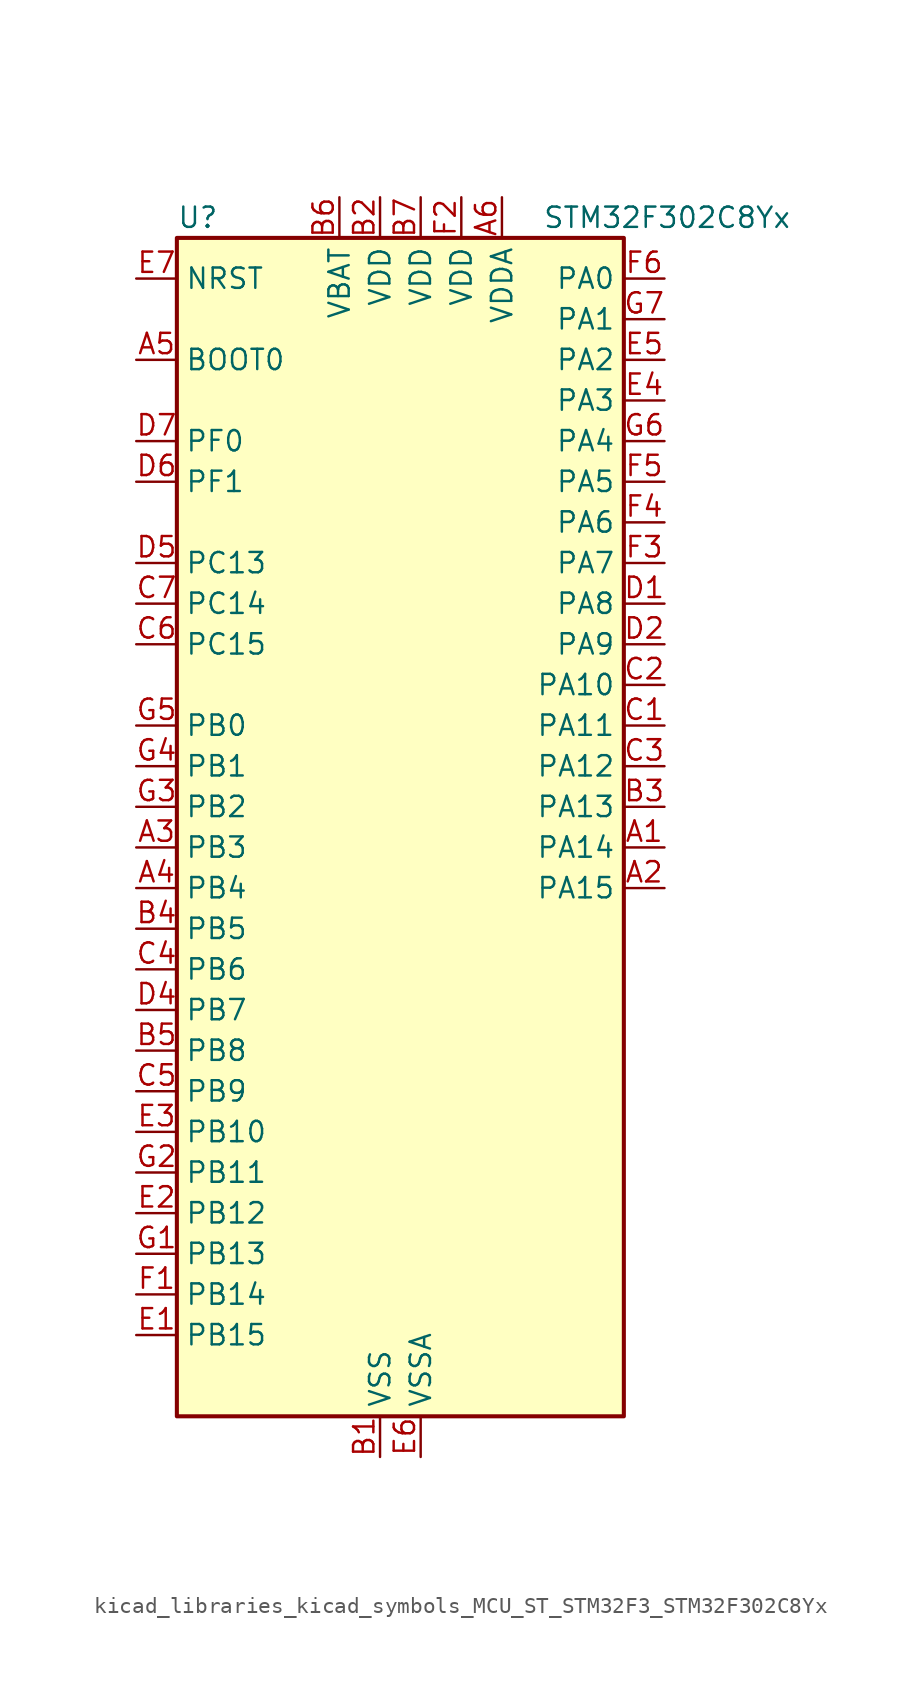
<source format=kicad_sym>
(kicad_symbol_lib
  (version 20220914)
  (generator kicad_symbol_editor)
  (symbol "kicad_libraries_kicad_symbols_MCU_ST_STM32F3_STM32F302C8Yx"
    (property "Reference" "U"
      (at -12.7 39.37 0)
      (effects (font (size 1.27 1.27)) (justify left)))
    (property "Value" "STM32F302C8Yx"
      (at 10.16 39.37 0)
      (effects (font (size 1.27 1.27)) (justify left)))
    (property "ki_locked" ""
      (at 0 0 0)
      (effects (font (size 1.27 1.27))))
    (symbol "kicad_libraries_kicad_symbols_MCU_ST_STM32F3_STM32F302C8Yx_0_1"
      (rectangle (start -12.7 -35.56) (end 15.24 38.1) (stroke (width 0.254) (type default)) (fill (type background))))
    (symbol "kicad_libraries_kicad_symbols_MCU_ST_STM32F3_STM32F302C8Yx_1_1"
      (pin bidirectional line (at 17.78 0 180) (length 2.54) (name "PA14" (effects (font (size 1.27 1.27)))) (number "A1" (effects (font (size 1.27 1.27)))) (alternate "I2C1_SDA" bidirectional line) (alternate "SYS_JTCK-SWCLK" bidirectional line) (alternate "TIM1_BKIN" bidirectional line) (alternate "TSC_G4_IO4" bidirectional line) (alternate "USART2_TX" bidirectional line))
      (pin bidirectional line (at 17.78 -2.54 180) (length 2.54) (name "PA15" (effects (font (size 1.27 1.27)))) (number "A2" (effects (font (size 1.27 1.27)))) (alternate "ADC1_EXTI15" bidirectional line) (alternate "I2C1_SCL" bidirectional line) (alternate "I2S3_WS" bidirectional line) (alternate "SPI3_NSS" bidirectional line) (alternate "SYS_JTDI" bidirectional line) (alternate "TIM1_BKIN" bidirectional line) (alternate "TIM2_CH1" bidirectional line) (alternate "TIM2_ETR" bidirectional line) (alternate "TSC_SYNC" bidirectional line) (alternate "USART2_RX" bidirectional line))
      (pin bidirectional line (at -15.24 0 0) (length 2.54) (name "PB3" (effects (font (size 1.27 1.27)))) (number "A3" (effects (font (size 1.27 1.27)))) (alternate "I2S3_CK" bidirectional line) (alternate "SPI3_SCK" bidirectional line) (alternate "SYS_JTDO-TRACESWO" bidirectional line) (alternate "TIM2_CH2" bidirectional line) (alternate "TSC_G5_IO1" bidirectional line) (alternate "USART2_TX" bidirectional line))
      (pin bidirectional line (at -15.24 -2.54 0) (length 2.54) (name "PB4" (effects (font (size 1.27 1.27)))) (number "A4" (effects (font (size 1.27 1.27)))) (alternate "I2S3_ext_SD" bidirectional line) (alternate "SPI3_MISO" bidirectional line) (alternate "SYS_NJTRST" bidirectional line) (alternate "TIM16_CH1" bidirectional line) (alternate "TIM17_BKIN" bidirectional line) (alternate "TSC_G5_IO2" bidirectional line) (alternate "USART2_RX" bidirectional line))
      (pin input line (at -15.24 30.48 0) (length 2.54) (name "BOOT0" (effects (font (size 1.27 1.27)))) (number "A5" (effects (font (size 1.27 1.27)))))
      (pin power_in line (at 7.62 40.64 270) (length 2.54) (name "VDDA" (effects (font (size 1.27 1.27)))) (number "A6" (effects (font (size 1.27 1.27)))))
      (pin no_connect line (at -12.7 -35.56 0) (length 2.54) hide (name "NC" (effects (font (size 1.27 1.27)))) (number "A7" (effects (font (size 1.27 1.27)))))
      (pin power_in line (at 0 -38.1 90) (length 2.54) (name "VSS" (effects (font (size 1.27 1.27)))) (number "B1" (effects (font (size 1.27 1.27)))))
      (pin power_in line (at 0 40.64 270) (length 2.54) (name "VDD" (effects (font (size 1.27 1.27)))) (number "B2" (effects (font (size 1.27 1.27)))))
      (pin bidirectional line (at 17.78 2.54 180) (length 2.54) (name "PA13" (effects (font (size 1.27 1.27)))) (number "B3" (effects (font (size 1.27 1.27)))) (alternate "IR_OUT" bidirectional line) (alternate "SYS_JTMS-SWDIO" bidirectional line) (alternate "TIM16_CH1N" bidirectional line) (alternate "TSC_G4_IO3" bidirectional line) (alternate "USART3_CTS" bidirectional line))
      (pin bidirectional line (at -15.24 -5.08 0) (length 2.54) (name "PB5" (effects (font (size 1.27 1.27)))) (number "B4" (effects (font (size 1.27 1.27)))) (alternate "I2C1_SMBA" bidirectional line) (alternate "I2C3_SDA" bidirectional line) (alternate "I2S3_SD" bidirectional line) (alternate "SPI3_MOSI" bidirectional line) (alternate "TIM16_BKIN" bidirectional line) (alternate "TIM17_CH1" bidirectional line) (alternate "USART2_CK" bidirectional line))
      (pin bidirectional line (at -15.24 -12.7 0) (length 2.54) (name "PB8" (effects (font (size 1.27 1.27)))) (number "B5" (effects (font (size 1.27 1.27)))) (alternate "CAN_RX" bidirectional line) (alternate "I2C1_SCL" bidirectional line) (alternate "TIM16_CH1" bidirectional line) (alternate "TIM1_BKIN" bidirectional line) (alternate "TSC_SYNC" bidirectional line) (alternate "USART3_RX" bidirectional line))
      (pin power_in line (at -2.54 40.64 270) (length 2.54) (name "VBAT" (effects (font (size 1.27 1.27)))) (number "B6" (effects (font (size 1.27 1.27)))))
      (pin power_in line (at 2.54 40.64 270) (length 2.54) (name "VDD" (effects (font (size 1.27 1.27)))) (number "B7" (effects (font (size 1.27 1.27)))))
      (pin bidirectional line (at 17.78 7.62 180) (length 2.54) (name "PA11" (effects (font (size 1.27 1.27)))) (number "C1" (effects (font (size 1.27 1.27)))) (alternate "ADC1_EXTI11" bidirectional line) (alternate "CAN_RX" bidirectional line) (alternate "I2S2_SD" bidirectional line) (alternate "SPI2_MOSI" bidirectional line) (alternate "TIM1_BKIN2" bidirectional line) (alternate "TIM1_CH1N" bidirectional line) (alternate "TIM1_CH4" bidirectional line) (alternate "USART1_CTS" bidirectional line) (alternate "USB_DM" bidirectional line))
      (pin bidirectional line (at 17.78 10.16 180) (length 2.54) (name "PA10" (effects (font (size 1.27 1.27)))) (number "C2" (effects (font (size 1.27 1.27)))) (alternate "COMP6_OUT" bidirectional line) (alternate "I2C2_SDA" bidirectional line) (alternate "I2S2_ext_SD" bidirectional line) (alternate "SPI2_MISO" bidirectional line) (alternate "TIM17_BKIN" bidirectional line) (alternate "TIM1_CH3" bidirectional line) (alternate "TIM2_CH4" bidirectional line) (alternate "TSC_G4_IO2" bidirectional line) (alternate "USART1_RX" bidirectional line))
      (pin bidirectional line (at 17.78 5.08 180) (length 2.54) (name "PA12" (effects (font (size 1.27 1.27)))) (number "C3" (effects (font (size 1.27 1.27)))) (alternate "CAN_TX" bidirectional line) (alternate "COMP2_OUT" bidirectional line) (alternate "I2S_CKIN" bidirectional line) (alternate "TIM16_CH1" bidirectional line) (alternate "TIM1_CH2N" bidirectional line) (alternate "TIM1_ETR" bidirectional line) (alternate "USART1_DE" bidirectional line) (alternate "USART1_RTS" bidirectional line) (alternate "USB_DP" bidirectional line))
      (pin bidirectional line (at -15.24 -7.62 0) (length 2.54) (name "PB6" (effects (font (size 1.27 1.27)))) (number "C4" (effects (font (size 1.27 1.27)))) (alternate "I2C1_SCL" bidirectional line) (alternate "TIM16_CH1N" bidirectional line) (alternate "TSC_G5_IO3" bidirectional line) (alternate "USART1_TX" bidirectional line))
      (pin bidirectional line (at -15.24 -15.24 0) (length 2.54) (name "PB9" (effects (font (size 1.27 1.27)))) (number "C5" (effects (font (size 1.27 1.27)))) (alternate "CAN_TX" bidirectional line) (alternate "COMP2_OUT" bidirectional line) (alternate "DAC_EXTI9" bidirectional line) (alternate "I2C1_SDA" bidirectional line) (alternate "IR_OUT" bidirectional line) (alternate "TIM17_CH1" bidirectional line) (alternate "USART3_TX" bidirectional line))
      (pin bidirectional line (at -15.24 12.7 0) (length 2.54) (name "PC15" (effects (font (size 1.27 1.27)))) (number "C6" (effects (font (size 1.27 1.27)))) (alternate "ADC1_EXTI15" bidirectional line) (alternate "RCC_OSC32_OUT" bidirectional line))
      (pin bidirectional line (at -15.24 15.24 0) (length 2.54) (name "PC14" (effects (font (size 1.27 1.27)))) (number "C7" (effects (font (size 1.27 1.27)))) (alternate "RCC_OSC32_IN" bidirectional line))
      (pin bidirectional line (at 17.78 15.24 180) (length 2.54) (name "PA8" (effects (font (size 1.27 1.27)))) (number "D1" (effects (font (size 1.27 1.27)))) (alternate "I2C2_SMBA" bidirectional line) (alternate "I2C3_SCL" bidirectional line) (alternate "I2S2_MCK" bidirectional line) (alternate "RCC_MCO" bidirectional line) (alternate "TIM1_CH1" bidirectional line) (alternate "USART1_CK" bidirectional line))
      (pin bidirectional line (at 17.78 12.7 180) (length 2.54) (name "PA9" (effects (font (size 1.27 1.27)))) (number "D2" (effects (font (size 1.27 1.27)))) (alternate "DAC_EXTI9" bidirectional line) (alternate "I2C2_SCL" bidirectional line) (alternate "I2C3_SMBA" bidirectional line) (alternate "I2S3_MCK" bidirectional line) (alternate "TIM15_BKIN" bidirectional line) (alternate "TIM1_CH2" bidirectional line) (alternate "TIM2_CH3" bidirectional line) (alternate "TSC_G4_IO1" bidirectional line) (alternate "USART1_TX" bidirectional line))
      (pin passive line (at 0 -38.1 90) (length 2.54) hide (name "VSS" (effects (font (size 1.27 1.27)))) (number "D3" (effects (font (size 1.27 1.27)))))
      (pin bidirectional line (at -15.24 -10.16 0) (length 2.54) (name "PB7" (effects (font (size 1.27 1.27)))) (number "D4" (effects (font (size 1.27 1.27)))) (alternate "I2C1_SDA" bidirectional line) (alternate "TIM17_CH1N" bidirectional line) (alternate "TSC_G5_IO4" bidirectional line) (alternate "USART1_RX" bidirectional line))
      (pin bidirectional line (at -15.24 17.78 0) (length 2.54) (name "PC13" (effects (font (size 1.27 1.27)))) (number "D5" (effects (font (size 1.27 1.27)))) (alternate "RTC_OUT_ALARM" bidirectional line) (alternate "RTC_OUT_CALIB" bidirectional line) (alternate "RTC_TAMP1" bidirectional line) (alternate "RTC_TS" bidirectional line) (alternate "SYS_WKUP2" bidirectional line) (alternate "TIM1_CH1N" bidirectional line))
      (pin bidirectional line (at -15.24 22.86 0) (length 2.54) (name "PF1" (effects (font (size 1.27 1.27)))) (number "D6" (effects (font (size 1.27 1.27)))) (alternate "I2C2_SCL" bidirectional line) (alternate "I2S2_CK" bidirectional line) (alternate "RCC_OSC_OUT" bidirectional line) (alternate "SPI2_SCK" bidirectional line))
      (pin bidirectional line (at -15.24 25.4 0) (length 2.54) (name "PF0" (effects (font (size 1.27 1.27)))) (number "D7" (effects (font (size 1.27 1.27)))) (alternate "I2C2_SDA" bidirectional line) (alternate "I2S2_WS" bidirectional line) (alternate "RCC_OSC_IN" bidirectional line) (alternate "SPI2_NSS" bidirectional line) (alternate "TIM1_CH3N" bidirectional line))
      (pin bidirectional line (at -15.24 -30.48 0) (length 2.54) (name "PB15" (effects (font (size 1.27 1.27)))) (number "E1" (effects (font (size 1.27 1.27)))) (alternate "ADC1_EXTI15" bidirectional line) (alternate "COMP6_INM" bidirectional line) (alternate "I2S2_SD" bidirectional line) (alternate "RTC_REFIN" bidirectional line) (alternate "SPI2_MOSI" bidirectional line) (alternate "TIM15_CH1N" bidirectional line) (alternate "TIM15_CH2" bidirectional line) (alternate "TIM1_CH3N" bidirectional line))
      (pin bidirectional line (at -15.24 -22.86 0) (length 2.54) (name "PB12" (effects (font (size 1.27 1.27)))) (number "E2" (effects (font (size 1.27 1.27)))) (alternate "I2C2_SMBA" bidirectional line) (alternate "I2S2_WS" bidirectional line) (alternate "SPI2_NSS" bidirectional line) (alternate "TIM1_BKIN" bidirectional line) (alternate "TSC_G6_IO2" bidirectional line) (alternate "USART3_CK" bidirectional line))
      (pin bidirectional line (at -15.24 -17.78 0) (length 2.54) (name "PB10" (effects (font (size 1.27 1.27)))) (number "E3" (effects (font (size 1.27 1.27)))) (alternate "TIM2_CH3" bidirectional line) (alternate "TSC_SYNC" bidirectional line) (alternate "USART3_TX" bidirectional line))
      (pin bidirectional line (at 17.78 27.94 180) (length 2.54) (name "PA3" (effects (font (size 1.27 1.27)))) (number "E4" (effects (font (size 1.27 1.27)))) (alternate "ADC1_IN4" bidirectional line) (alternate "TIM15_CH2" bidirectional line) (alternate "TIM2_CH4" bidirectional line) (alternate "TSC_G1_IO4" bidirectional line) (alternate "USART2_RX" bidirectional line))
      (pin bidirectional line (at 17.78 30.48 180) (length 2.54) (name "PA2" (effects (font (size 1.27 1.27)))) (number "E5" (effects (font (size 1.27 1.27)))) (alternate "ADC1_IN3" bidirectional line) (alternate "COMP2_INM" bidirectional line) (alternate "COMP2_OUT" bidirectional line) (alternate "TIM15_CH1" bidirectional line) (alternate "TIM2_CH3" bidirectional line) (alternate "TSC_G1_IO3" bidirectional line) (alternate "USART2_TX" bidirectional line))
      (pin power_in line (at 2.54 -38.1 90) (length 2.54) (name "VSSA" (effects (font (size 1.27 1.27)))) (number "E6" (effects (font (size 1.27 1.27)))))
      (pin input line (at -15.24 35.56 0) (length 2.54) (name "NRST" (effects (font (size 1.27 1.27)))) (number "E7" (effects (font (size 1.27 1.27)))))
      (pin bidirectional line (at -15.24 -27.94 0) (length 2.54) (name "PB14" (effects (font (size 1.27 1.27)))) (number "F1" (effects (font (size 1.27 1.27)))) (alternate "I2S2_ext_SD" bidirectional line) (alternate "OPAMP2_VINP" bidirectional line) (alternate "OPAMP2_VINP_SEC" bidirectional line) (alternate "SPI2_MISO" bidirectional line) (alternate "TIM15_CH1" bidirectional line) (alternate "TIM1_CH2N" bidirectional line) (alternate "TSC_G6_IO4" bidirectional line) (alternate "USART3_DE" bidirectional line) (alternate "USART3_RTS" bidirectional line))
      (pin power_in line (at 5.08 40.64 270) (length 2.54) (name "VDD" (effects (font (size 1.27 1.27)))) (number "F2" (effects (font (size 1.27 1.27)))))
      (pin bidirectional line (at 17.78 17.78 180) (length 2.54) (name "PA7" (effects (font (size 1.27 1.27)))) (number "F3" (effects (font (size 1.27 1.27)))) (alternate "ADC1_IN15" bidirectional line) (alternate "COMP2_INP" bidirectional line) (alternate "OPAMP2_VINP" bidirectional line) (alternate "OPAMP2_VINP_SEC" bidirectional line) (alternate "TIM17_CH1" bidirectional line) (alternate "TIM1_CH1N" bidirectional line) (alternate "TSC_G2_IO4" bidirectional line))
      (pin bidirectional line (at 17.78 20.32 180) (length 2.54) (name "PA6" (effects (font (size 1.27 1.27)))) (number "F4" (effects (font (size 1.27 1.27)))) (alternate "ADC1_IN10" bidirectional line) (alternate "OPAMP2_VOUT" bidirectional line) (alternate "TIM16_CH1" bidirectional line) (alternate "TIM1_BKIN" bidirectional line) (alternate "TSC_G2_IO3" bidirectional line))
      (pin bidirectional line (at 17.78 22.86 180) (length 2.54) (name "PA5" (effects (font (size 1.27 1.27)))) (number "F5" (effects (font (size 1.27 1.27)))) (alternate "OPAMP2_VINM" bidirectional line) (alternate "OPAMP2_VINM_SEC" bidirectional line) (alternate "TIM2_CH1" bidirectional line) (alternate "TIM2_ETR" bidirectional line) (alternate "TSC_G2_IO2" bidirectional line))
      (pin bidirectional line (at 17.78 35.56 180) (length 2.54) (name "PA0" (effects (font (size 1.27 1.27)))) (number "F6" (effects (font (size 1.27 1.27)))) (alternate "ADC1_IN1" bidirectional line) (alternate "RTC_TAMP2" bidirectional line) (alternate "SYS_WKUP1" bidirectional line) (alternate "TIM2_CH1" bidirectional line) (alternate "TIM2_ETR" bidirectional line) (alternate "TSC_G1_IO1" bidirectional line) (alternate "USART2_CTS" bidirectional line))
      (pin passive line (at 0 -38.1 90) (length 2.54) hide (name "VSS" (effects (font (size 1.27 1.27)))) (number "F7" (effects (font (size 1.27 1.27)))))
      (pin bidirectional line (at -15.24 -25.4 0) (length 2.54) (name "PB13" (effects (font (size 1.27 1.27)))) (number "G1" (effects (font (size 1.27 1.27)))) (alternate "ADC1_IN13" bidirectional line) (alternate "I2S2_CK" bidirectional line) (alternate "SPI2_SCK" bidirectional line) (alternate "TIM1_CH1N" bidirectional line) (alternate "TSC_G6_IO3" bidirectional line) (alternate "USART3_CTS" bidirectional line))
      (pin bidirectional line (at -15.24 -20.32 0) (length 2.54) (name "PB11" (effects (font (size 1.27 1.27)))) (number "G2" (effects (font (size 1.27 1.27)))) (alternate "ADC1_EXTI11" bidirectional line) (alternate "ADC1_IN14" bidirectional line) (alternate "COMP6_INP" bidirectional line) (alternate "TIM2_CH4" bidirectional line) (alternate "TSC_G6_IO1" bidirectional line) (alternate "USART3_RX" bidirectional line))
      (pin bidirectional line (at -15.24 2.54 0) (length 2.54) (name "PB2" (effects (font (size 1.27 1.27)))) (number "G3" (effects (font (size 1.27 1.27)))) (alternate "COMP4_INM" bidirectional line) (alternate "TSC_G3_IO4" bidirectional line))
      (pin bidirectional line (at -15.24 5.08 0) (length 2.54) (name "PB1" (effects (font (size 1.27 1.27)))) (number "G4" (effects (font (size 1.27 1.27)))) (alternate "ADC1_IN12" bidirectional line) (alternate "COMP4_OUT" bidirectional line) (alternate "TIM1_CH3N" bidirectional line) (alternate "TSC_G3_IO3" bidirectional line))
      (pin bidirectional line (at -15.24 7.62 0) (length 2.54) (name "PB0" (effects (font (size 1.27 1.27)))) (number "G5" (effects (font (size 1.27 1.27)))) (alternate "ADC1_IN11" bidirectional line) (alternate "COMP4_INP" bidirectional line) (alternate "OPAMP2_VINP" bidirectional line) (alternate "OPAMP2_VINP_SEC" bidirectional line) (alternate "TIM1_CH2N" bidirectional line) (alternate "TSC_G3_IO2" bidirectional line))
      (pin bidirectional line (at 17.78 25.4 180) (length 2.54) (name "PA4" (effects (font (size 1.27 1.27)))) (number "G6" (effects (font (size 1.27 1.27)))) (alternate "ADC1_IN5" bidirectional line) (alternate "COMP2_INM" bidirectional line) (alternate "COMP4_INM" bidirectional line) (alternate "COMP6_INM" bidirectional line) (alternate "DAC_OUT1" bidirectional line) (alternate "I2S3_WS" bidirectional line) (alternate "SPI3_NSS" bidirectional line) (alternate "TSC_G2_IO1" bidirectional line) (alternate "USART2_CK" bidirectional line))
      (pin bidirectional line (at 17.78 33.02 180) (length 2.54) (name "PA1" (effects (font (size 1.27 1.27)))) (number "G7" (effects (font (size 1.27 1.27)))) (alternate "ADC1_IN2" bidirectional line) (alternate "RTC_REFIN" bidirectional line) (alternate "TIM15_CH1N" bidirectional line) (alternate "TIM2_CH2" bidirectional line) (alternate "TSC_G1_IO2" bidirectional line) (alternate "USART2_DE" bidirectional line) (alternate "USART2_RTS" bidirectional line)))))
</source>
